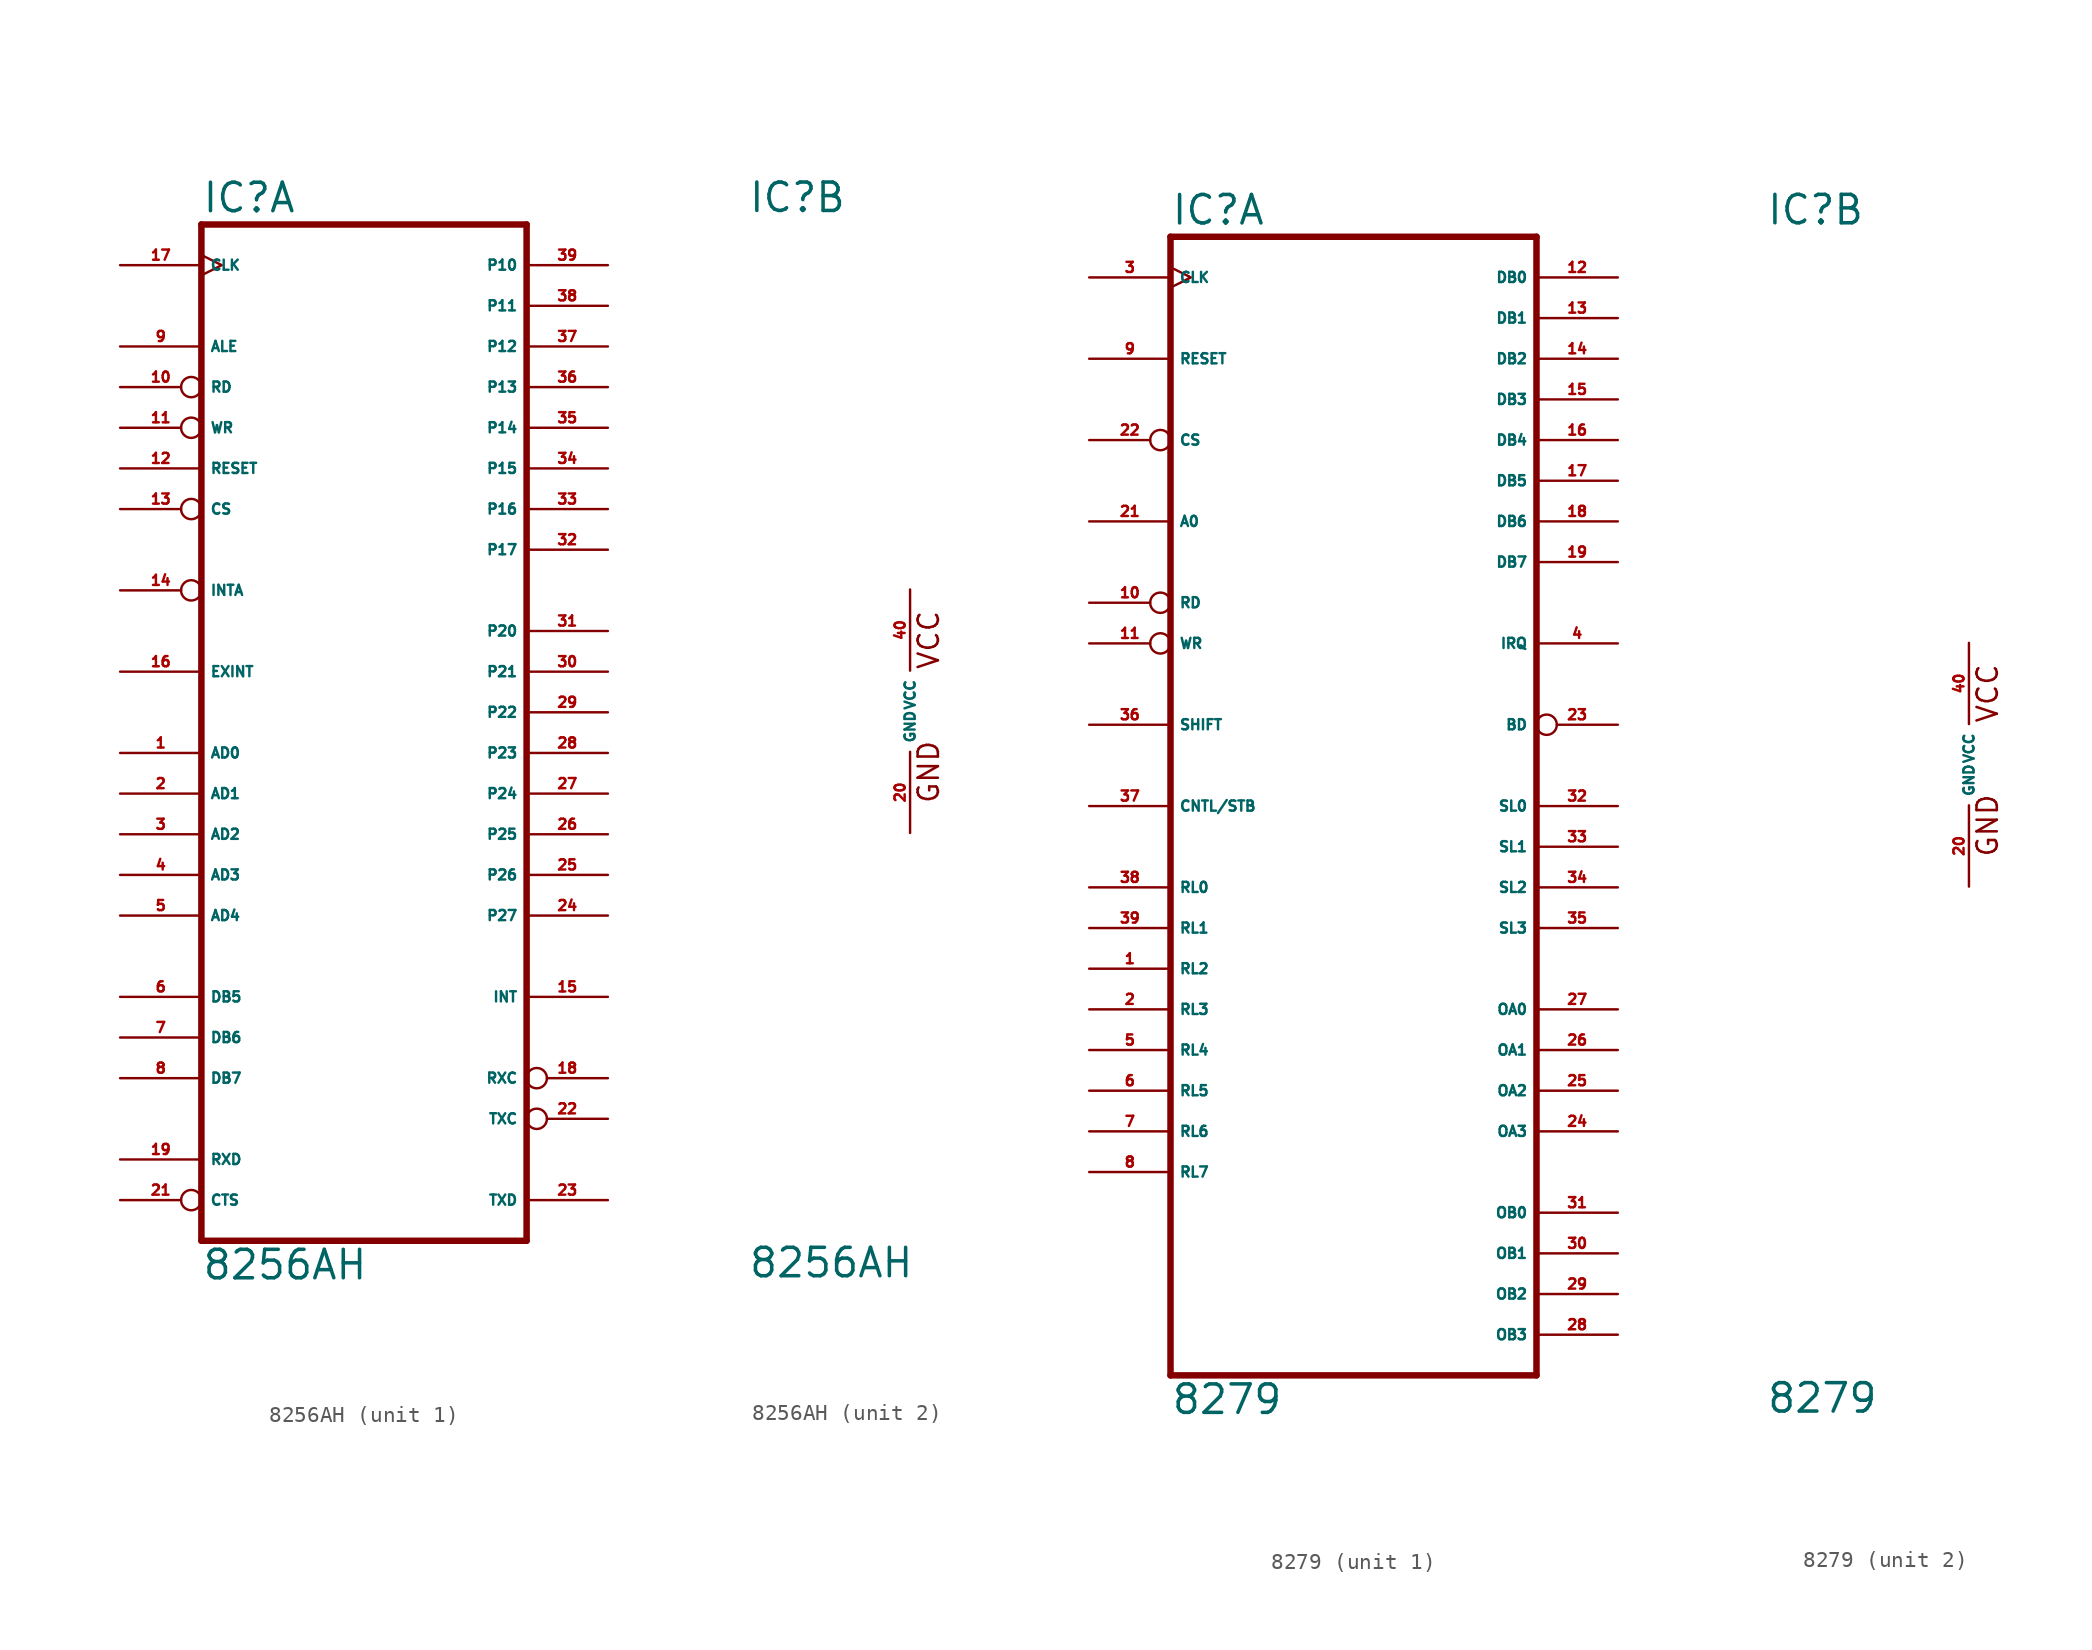
<source format=kicad_sym>
(kicad_symbol_lib
  (version 20220914)
  (generator Eagle2Kicad)
  (symbol "8256AH"
    (property "Reference" "IC"
      (at -10.16 31.115 0)
      (effects (font (size 1.778 1.778) (thickness 0.22)) (justify left bottom)))
    (property "Value" "8256AH"
      (at -10.16 -35.56 0)
      (effects (font (size 1.778 1.778) (thickness 0.22)) (justify left bottom)))
    (symbol "8256AH_1_0"
      (polyline (pts (xy -10.16 -33.02) (xy 10.16 -33.02)) (stroke (width 0.406) (type default)) (fill (type none)))
      (polyline (pts (xy 10.16 -33.02) (xy 10.16 30.48)) (stroke (width 0.406) (type default)) (fill (type none)))
      (polyline (pts (xy 10.16 30.48) (xy -10.16 30.48)) (stroke (width 0.406) (type default)) (fill (type none)))
      (polyline (pts (xy -10.16 30.48) (xy -10.16 -33.02)) (stroke (width 0.406) (type default)) (fill (type none)))
      (pin bidirectional line (at -15.24 -2.54 0) (length 5.08) (name "AD0" (effects (font (size 0.635 0.635) (thickness 0.08)) (justify left bottom))) (number "1" (effects (font (size 0.635 0.635) (thickness 0.08)) (justify left bottom))))
      (pin bidirectional line (at -15.24 -5.08 0) (length 5.08) (name "AD1" (effects (font (size 0.635 0.635) (thickness 0.08)) (justify left bottom))) (number "2" (effects (font (size 0.635 0.635) (thickness 0.08)) (justify left bottom))))
      (pin bidirectional line (at -15.24 -7.62 0) (length 5.08) (name "AD2" (effects (font (size 0.635 0.635) (thickness 0.08)) (justify left bottom))) (number "3" (effects (font (size 0.635 0.635) (thickness 0.08)) (justify left bottom))))
      (pin bidirectional line (at -15.24 -10.16 0) (length 5.08) (name "AD3" (effects (font (size 0.635 0.635) (thickness 0.08)) (justify left bottom))) (number "4" (effects (font (size 0.635 0.635) (thickness 0.08)) (justify left bottom))))
      (pin bidirectional line (at -15.24 -12.7 0) (length 5.08) (name "AD4" (effects (font (size 0.635 0.635) (thickness 0.08)) (justify left bottom))) (number "5" (effects (font (size 0.635 0.635) (thickness 0.08)) (justify left bottom))))
      (pin bidirectional line (at -15.24 -17.78 0) (length 5.08) (name "DB5" (effects (font (size 0.635 0.635) (thickness 0.08)) (justify left bottom))) (number "6" (effects (font (size 0.635 0.635) (thickness 0.08)) (justify left bottom))))
      (pin bidirectional line (at -15.24 -20.32 0) (length 5.08) (name "DB6" (effects (font (size 0.635 0.635) (thickness 0.08)) (justify left bottom))) (number "7" (effects (font (size 0.635 0.635) (thickness 0.08)) (justify left bottom))))
      (pin bidirectional line (at -15.24 -22.86 0) (length 5.08) (name "DB7" (effects (font (size 0.635 0.635) (thickness 0.08)) (justify left bottom))) (number "8" (effects (font (size 0.635 0.635) (thickness 0.08)) (justify left bottom))))
      (pin input line (at -15.24 22.86 0) (length 5.08) (name "ALE" (effects (font (size 0.635 0.635) (thickness 0.08)) (justify left bottom))) (number "9" (effects (font (size 0.635 0.635) (thickness 0.08)) (justify left bottom))))
      (pin input inverted (at -15.24 20.32 0) (length 5.08) (name "RD" (effects (font (size 0.635 0.635) (thickness 0.08)) (justify left bottom))) (number "10" (effects (font (size 0.635 0.635) (thickness 0.08)) (justify left bottom))))
      (pin input inverted (at -15.24 17.78 0) (length 5.08) (name "WR" (effects (font (size 0.635 0.635) (thickness 0.08)) (justify left bottom))) (number "11" (effects (font (size 0.635 0.635) (thickness 0.08)) (justify left bottom))))
      (pin input line (at -15.24 15.24 0) (length 5.08) (name "RESET" (effects (font (size 0.635 0.635) (thickness 0.08)) (justify left bottom))) (number "12" (effects (font (size 0.635 0.635) (thickness 0.08)) (justify left bottom))))
      (pin input inverted (at -15.24 12.7 0) (length 5.08) (name "CS" (effects (font (size 0.635 0.635) (thickness 0.08)) (justify left bottom))) (number "13" (effects (font (size 0.635 0.635) (thickness 0.08)) (justify left bottom))))
      (pin input inverted (at -15.24 7.62 0) (length 5.08) (name "INTA" (effects (font (size 0.635 0.635) (thickness 0.08)) (justify left bottom))) (number "14" (effects (font (size 0.635 0.635) (thickness 0.08)) (justify left bottom))))
      (pin output line (at 15.24 -17.78 180) (length 5.08) (name "INT" (effects (font (size 0.635 0.635) (thickness 0.08)) (justify left bottom))) (number "15" (effects (font (size 0.635 0.635) (thickness 0.08)) (justify left bottom))))
      (pin input line (at -15.24 2.54 0) (length 5.08) (name "EXINT" (effects (font (size 0.635 0.635) (thickness 0.08)) (justify left bottom))) (number "16" (effects (font (size 0.635 0.635) (thickness 0.08)) (justify left bottom))))
      (pin input clock (at -15.24 27.94 0) (length 5.08) (name "CLK" (effects (font (size 0.635 0.635) (thickness 0.08)) (justify left bottom))) (number "17" (effects (font (size 0.635 0.635) (thickness 0.08)) (justify left bottom))))
      (pin bidirectional inverted (at 15.24 -22.86 180) (length 5.08) (name "RXC" (effects (font (size 0.635 0.635) (thickness 0.08)) (justify left bottom))) (number "18" (effects (font (size 0.635 0.635) (thickness 0.08)) (justify left bottom))))
      (pin input line (at -15.24 -27.94 0) (length 5.08) (name "RXD" (effects (font (size 0.635 0.635) (thickness 0.08)) (justify left bottom))) (number "19" (effects (font (size 0.635 0.635) (thickness 0.08)) (justify left bottom))))
      (pin input inverted (at -15.24 -30.48 0) (length 5.08) (name "CTS" (effects (font (size 0.635 0.635) (thickness 0.08)) (justify left bottom))) (number "21" (effects (font (size 0.635 0.635) (thickness 0.08)) (justify left bottom))))
      (pin bidirectional inverted (at 15.24 -25.4 180) (length 5.08) (name "TXC" (effects (font (size 0.635 0.635) (thickness 0.08)) (justify left bottom))) (number "22" (effects (font (size 0.635 0.635) (thickness 0.08)) (justify left bottom))))
      (pin output line (at 15.24 -30.48 180) (length 5.08) (name "TXD" (effects (font (size 0.635 0.635) (thickness 0.08)) (justify left bottom))) (number "23" (effects (font (size 0.635 0.635) (thickness 0.08)) (justify left bottom))))
      (pin bidirectional line (at 15.24 -12.7 180) (length 5.08) (name "P27" (effects (font (size 0.635 0.635) (thickness 0.08)) (justify left bottom))) (number "24" (effects (font (size 0.635 0.635) (thickness 0.08)) (justify left bottom))))
      (pin bidirectional line (at 15.24 -10.16 180) (length 5.08) (name "P26" (effects (font (size 0.635 0.635) (thickness 0.08)) (justify left bottom))) (number "25" (effects (font (size 0.635 0.635) (thickness 0.08)) (justify left bottom))))
      (pin bidirectional line (at 15.24 -7.62 180) (length 5.08) (name "P25" (effects (font (size 0.635 0.635) (thickness 0.08)) (justify left bottom))) (number "26" (effects (font (size 0.635 0.635) (thickness 0.08)) (justify left bottom))))
      (pin bidirectional line (at 15.24 -5.08 180) (length 5.08) (name "P24" (effects (font (size 0.635 0.635) (thickness 0.08)) (justify left bottom))) (number "27" (effects (font (size 0.635 0.635) (thickness 0.08)) (justify left bottom))))
      (pin bidirectional line (at 15.24 -2.54 180) (length 5.08) (name "P23" (effects (font (size 0.635 0.635) (thickness 0.08)) (justify left bottom))) (number "28" (effects (font (size 0.635 0.635) (thickness 0.08)) (justify left bottom))))
      (pin bidirectional line (at 15.24 0 180) (length 5.08) (name "P22" (effects (font (size 0.635 0.635) (thickness 0.08)) (justify left bottom))) (number "29" (effects (font (size 0.635 0.635) (thickness 0.08)) (justify left bottom))))
      (pin bidirectional line (at 15.24 2.54 180) (length 5.08) (name "P21" (effects (font (size 0.635 0.635) (thickness 0.08)) (justify left bottom))) (number "30" (effects (font (size 0.635 0.635) (thickness 0.08)) (justify left bottom))))
      (pin bidirectional line (at 15.24 5.08 180) (length 5.08) (name "P20" (effects (font (size 0.635 0.635) (thickness 0.08)) (justify left bottom))) (number "31" (effects (font (size 0.635 0.635) (thickness 0.08)) (justify left bottom))))
      (pin bidirectional line (at 15.24 10.16 180) (length 5.08) (name "P17" (effects (font (size 0.635 0.635) (thickness 0.08)) (justify left bottom))) (number "32" (effects (font (size 0.635 0.635) (thickness 0.08)) (justify left bottom))))
      (pin bidirectional line (at 15.24 12.7 180) (length 5.08) (name "P16" (effects (font (size 0.635 0.635) (thickness 0.08)) (justify left bottom))) (number "33" (effects (font (size 0.635 0.635) (thickness 0.08)) (justify left bottom))))
      (pin bidirectional line (at 15.24 15.24 180) (length 5.08) (name "P15" (effects (font (size 0.635 0.635) (thickness 0.08)) (justify left bottom))) (number "34" (effects (font (size 0.635 0.635) (thickness 0.08)) (justify left bottom))))
      (pin bidirectional line (at 15.24 17.78 180) (length 5.08) (name "P14" (effects (font (size 0.635 0.635) (thickness 0.08)) (justify left bottom))) (number "35" (effects (font (size 0.635 0.635) (thickness 0.08)) (justify left bottom))))
      (pin bidirectional line (at 15.24 20.32 180) (length 5.08) (name "P13" (effects (font (size 0.635 0.635) (thickness 0.08)) (justify left bottom))) (number "36" (effects (font (size 0.635 0.635) (thickness 0.08)) (justify left bottom))))
      (pin bidirectional line (at 15.24 22.86 180) (length 5.08) (name "P12" (effects (font (size 0.635 0.635) (thickness 0.08)) (justify left bottom))) (number "37" (effects (font (size 0.635 0.635) (thickness 0.08)) (justify left bottom))))
      (pin bidirectional line (at 15.24 25.4 180) (length 5.08) (name "P11" (effects (font (size 0.635 0.635) (thickness 0.08)) (justify left bottom))) (number "38" (effects (font (size 0.635 0.635) (thickness 0.08)) (justify left bottom))))
      (pin bidirectional line (at 15.24 27.94 180) (length 5.08) (name "P10" (effects (font (size 0.635 0.635) (thickness 0.08)) (justify left bottom))) (number "39" (effects (font (size 0.635 0.635) (thickness 0.08)) (justify left bottom)))))
    (symbol "8256AH_2_0"
      (text "GND" (at 1.905 -5.842 900) (effects (font (size 1.27 1.27) (thickness 0.16)) (justify left bottom)))
      (text "VCC" (at 1.905 2.54 900) (effects (font (size 1.27 1.27) (thickness 0.16)) (justify left bottom)))
      (pin unspecified line (at 0 -7.62 90) (length 5.08) (name "GND" (effects (font (size 0.635 0.635) (thickness 0.08)) (justify left bottom))) (number "20" (effects (font (size 0.635 0.635) (thickness 0.08)) (justify left bottom))))
      (pin unspecified line (at 0 7.62 270) (length 5.08) (name "VCC" (effects (font (size 0.635 0.635) (thickness 0.08)) (justify left bottom))) (number "40" (effects (font (size 0.635 0.635) (thickness 0.08)) (justify left bottom))))))
  (symbol "8279"
    (property "Reference" "IC"
      (at -12.7 33.655 0)
      (effects (font (size 1.778 1.778) (thickness 0.22)) (justify left bottom)))
    (property "Value" "8279"
      (at -12.7 -40.64 0)
      (effects (font (size 1.778 1.778) (thickness 0.22)) (justify left bottom)))
    (symbol "8279_1_0"
      (polyline (pts (xy -12.7 -38.1) (xy 10.16 -38.1)) (stroke (width 0.406) (type default)) (fill (type none)))
      (polyline (pts (xy 10.16 -38.1) (xy 10.16 33.02)) (stroke (width 0.406) (type default)) (fill (type none)))
      (polyline (pts (xy 10.16 33.02) (xy -12.7 33.02)) (stroke (width 0.406) (type default)) (fill (type none)))
      (polyline (pts (xy -12.7 33.02) (xy -12.7 -38.1)) (stroke (width 0.406) (type default)) (fill (type none)))
      (pin input line (at -17.78 -12.7 0) (length 5.08) (name "RL2" (effects (font (size 0.635 0.635) (thickness 0.08)) (justify left bottom))) (number "1" (effects (font (size 0.635 0.635) (thickness 0.08)) (justify left bottom))))
      (pin input line (at -17.78 -15.24 0) (length 5.08) (name "RL3" (effects (font (size 0.635 0.635) (thickness 0.08)) (justify left bottom))) (number "2" (effects (font (size 0.635 0.635) (thickness 0.08)) (justify left bottom))))
      (pin input clock (at -17.78 30.48 0) (length 5.08) (name "CLK" (effects (font (size 0.635 0.635) (thickness 0.08)) (justify left bottom))) (number "3" (effects (font (size 0.635 0.635) (thickness 0.08)) (justify left bottom))))
      (pin output line (at 15.24 7.62 180) (length 5.08) (name "IRQ" (effects (font (size 0.635 0.635) (thickness 0.08)) (justify left bottom))) (number "4" (effects (font (size 0.635 0.635) (thickness 0.08)) (justify left bottom))))
      (pin input line (at -17.78 -17.78 0) (length 5.08) (name "RL4" (effects (font (size 0.635 0.635) (thickness 0.08)) (justify left bottom))) (number "5" (effects (font (size 0.635 0.635) (thickness 0.08)) (justify left bottom))))
      (pin input line (at -17.78 -20.32 0) (length 5.08) (name "RL5" (effects (font (size 0.635 0.635) (thickness 0.08)) (justify left bottom))) (number "6" (effects (font (size 0.635 0.635) (thickness 0.08)) (justify left bottom))))
      (pin input line (at -17.78 -22.86 0) (length 5.08) (name "RL6" (effects (font (size 0.635 0.635) (thickness 0.08)) (justify left bottom))) (number "7" (effects (font (size 0.635 0.635) (thickness 0.08)) (justify left bottom))))
      (pin input line (at -17.78 -25.4 0) (length 5.08) (name "RL7" (effects (font (size 0.635 0.635) (thickness 0.08)) (justify left bottom))) (number "8" (effects (font (size 0.635 0.635) (thickness 0.08)) (justify left bottom))))
      (pin input line (at -17.78 25.4 0) (length 5.08) (name "RESET" (effects (font (size 0.635 0.635) (thickness 0.08)) (justify left bottom))) (number "9" (effects (font (size 0.635 0.635) (thickness 0.08)) (justify left bottom))))
      (pin input inverted (at -17.78 10.16 0) (length 5.08) (name "RD" (effects (font (size 0.635 0.635) (thickness 0.08)) (justify left bottom))) (number "10" (effects (font (size 0.635 0.635) (thickness 0.08)) (justify left bottom))))
      (pin input inverted (at -17.78 7.62 0) (length 5.08) (name "WR" (effects (font (size 0.635 0.635) (thickness 0.08)) (justify left bottom))) (number "11" (effects (font (size 0.635 0.635) (thickness 0.08)) (justify left bottom))))
      (pin bidirectional line (at 15.24 30.48 180) (length 5.08) (name "DB0" (effects (font (size 0.635 0.635) (thickness 0.08)) (justify left bottom))) (number "12" (effects (font (size 0.635 0.635) (thickness 0.08)) (justify left bottom))))
      (pin bidirectional line (at 15.24 27.94 180) (length 5.08) (name "DB1" (effects (font (size 0.635 0.635) (thickness 0.08)) (justify left bottom))) (number "13" (effects (font (size 0.635 0.635) (thickness 0.08)) (justify left bottom))))
      (pin bidirectional line (at 15.24 25.4 180) (length 5.08) (name "DB2" (effects (font (size 0.635 0.635) (thickness 0.08)) (justify left bottom))) (number "14" (effects (font (size 0.635 0.635) (thickness 0.08)) (justify left bottom))))
      (pin bidirectional line (at 15.24 22.86 180) (length 5.08) (name "DB3" (effects (font (size 0.635 0.635) (thickness 0.08)) (justify left bottom))) (number "15" (effects (font (size 0.635 0.635) (thickness 0.08)) (justify left bottom))))
      (pin bidirectional line (at 15.24 20.32 180) (length 5.08) (name "DB4" (effects (font (size 0.635 0.635) (thickness 0.08)) (justify left bottom))) (number "16" (effects (font (size 0.635 0.635) (thickness 0.08)) (justify left bottom))))
      (pin bidirectional line (at 15.24 17.78 180) (length 5.08) (name "DB5" (effects (font (size 0.635 0.635) (thickness 0.08)) (justify left bottom))) (number "17" (effects (font (size 0.635 0.635) (thickness 0.08)) (justify left bottom))))
      (pin bidirectional line (at 15.24 15.24 180) (length 5.08) (name "DB6" (effects (font (size 0.635 0.635) (thickness 0.08)) (justify left bottom))) (number "18" (effects (font (size 0.635 0.635) (thickness 0.08)) (justify left bottom))))
      (pin bidirectional line (at 15.24 12.7 180) (length 5.08) (name "DB7" (effects (font (size 0.635 0.635) (thickness 0.08)) (justify left bottom))) (number "19" (effects (font (size 0.635 0.635) (thickness 0.08)) (justify left bottom))))
      (pin input line (at -17.78 15.24 0) (length 5.08) (name "A0" (effects (font (size 0.635 0.635) (thickness 0.08)) (justify left bottom))) (number "21" (effects (font (size 0.635 0.635) (thickness 0.08)) (justify left bottom))))
      (pin input inverted (at -17.78 20.32 0) (length 5.08) (name "CS" (effects (font (size 0.635 0.635) (thickness 0.08)) (justify left bottom))) (number "22" (effects (font (size 0.635 0.635) (thickness 0.08)) (justify left bottom))))
      (pin output inverted (at 15.24 2.54 180) (length 5.08) (name "BD" (effects (font (size 0.635 0.635) (thickness 0.08)) (justify left bottom))) (number "23" (effects (font (size 0.635 0.635) (thickness 0.08)) (justify left bottom))))
      (pin output line (at 15.24 -22.86 180) (length 5.08) (name "OA3" (effects (font (size 0.635 0.635) (thickness 0.08)) (justify left bottom))) (number "24" (effects (font (size 0.635 0.635) (thickness 0.08)) (justify left bottom))))
      (pin output line (at 15.24 -20.32 180) (length 5.08) (name "OA2" (effects (font (size 0.635 0.635) (thickness 0.08)) (justify left bottom))) (number "25" (effects (font (size 0.635 0.635) (thickness 0.08)) (justify left bottom))))
      (pin output line (at 15.24 -17.78 180) (length 5.08) (name "OA1" (effects (font (size 0.635 0.635) (thickness 0.08)) (justify left bottom))) (number "26" (effects (font (size 0.635 0.635) (thickness 0.08)) (justify left bottom))))
      (pin output line (at 15.24 -15.24 180) (length 5.08) (name "OA0" (effects (font (size 0.635 0.635) (thickness 0.08)) (justify left bottom))) (number "27" (effects (font (size 0.635 0.635) (thickness 0.08)) (justify left bottom))))
      (pin output line (at 15.24 -35.56 180) (length 5.08) (name "OB3" (effects (font (size 0.635 0.635) (thickness 0.08)) (justify left bottom))) (number "28" (effects (font (size 0.635 0.635) (thickness 0.08)) (justify left bottom))))
      (pin output line (at 15.24 -33.02 180) (length 5.08) (name "OB2" (effects (font (size 0.635 0.635) (thickness 0.08)) (justify left bottom))) (number "29" (effects (font (size 0.635 0.635) (thickness 0.08)) (justify left bottom))))
      (pin output line (at 15.24 -30.48 180) (length 5.08) (name "OB1" (effects (font (size 0.635 0.635) (thickness 0.08)) (justify left bottom))) (number "30" (effects (font (size 0.635 0.635) (thickness 0.08)) (justify left bottom))))
      (pin output line (at 15.24 -27.94 180) (length 5.08) (name "OB0" (effects (font (size 0.635 0.635) (thickness 0.08)) (justify left bottom))) (number "31" (effects (font (size 0.635 0.635) (thickness 0.08)) (justify left bottom))))
      (pin output line (at 15.24 -2.54 180) (length 5.08) (name "SL0" (effects (font (size 0.635 0.635) (thickness 0.08)) (justify left bottom))) (number "32" (effects (font (size 0.635 0.635) (thickness 0.08)) (justify left bottom))))
      (pin output line (at 15.24 -5.08 180) (length 5.08) (name "SL1" (effects (font (size 0.635 0.635) (thickness 0.08)) (justify left bottom))) (number "33" (effects (font (size 0.635 0.635) (thickness 0.08)) (justify left bottom))))
      (pin output line (at 15.24 -7.62 180) (length 5.08) (name "SL2" (effects (font (size 0.635 0.635) (thickness 0.08)) (justify left bottom))) (number "34" (effects (font (size 0.635 0.635) (thickness 0.08)) (justify left bottom))))
      (pin output line (at 15.24 -10.16 180) (length 5.08) (name "SL3" (effects (font (size 0.635 0.635) (thickness 0.08)) (justify left bottom))) (number "35" (effects (font (size 0.635 0.635) (thickness 0.08)) (justify left bottom))))
      (pin input line (at -17.78 2.54 0) (length 5.08) (name "SHIFT" (effects (font (size 0.635 0.635) (thickness 0.08)) (justify left bottom))) (number "36" (effects (font (size 0.635 0.635) (thickness 0.08)) (justify left bottom))))
      (pin input line (at -17.78 -2.54 0) (length 5.08) (name "CNTL/STB" (effects (font (size 0.635 0.635) (thickness 0.08)) (justify left bottom))) (number "37" (effects (font (size 0.635 0.635) (thickness 0.08)) (justify left bottom))))
      (pin input line (at -17.78 -7.62 0) (length 5.08) (name "RL0" (effects (font (size 0.635 0.635) (thickness 0.08)) (justify left bottom))) (number "38" (effects (font (size 0.635 0.635) (thickness 0.08)) (justify left bottom))))
      (pin input line (at -17.78 -10.16 0) (length 5.08) (name "RL1" (effects (font (size 0.635 0.635) (thickness 0.08)) (justify left bottom))) (number "39" (effects (font (size 0.635 0.635) (thickness 0.08)) (justify left bottom)))))
    (symbol "8279_2_0"
      (text "GND" (at 1.905 -5.842 900) (effects (font (size 1.27 1.27) (thickness 0.16)) (justify left bottom)))
      (text "VCC" (at 1.905 2.54 900) (effects (font (size 1.27 1.27) (thickness 0.16)) (justify left bottom)))
      (pin unspecified line (at 0 -7.62 90) (length 5.08) (name "GND" (effects (font (size 0.635 0.635) (thickness 0.08)) (justify left bottom))) (number "20" (effects (font (size 0.635 0.635) (thickness 0.08)) (justify left bottom))))
      (pin unspecified line (at 0 7.62 270) (length 5.08) (name "VCC" (effects (font (size 0.635 0.635) (thickness 0.08)) (justify left bottom))) (number "40" (effects (font (size 0.635 0.635) (thickness 0.08)) (justify left bottom)))))))
</source>
